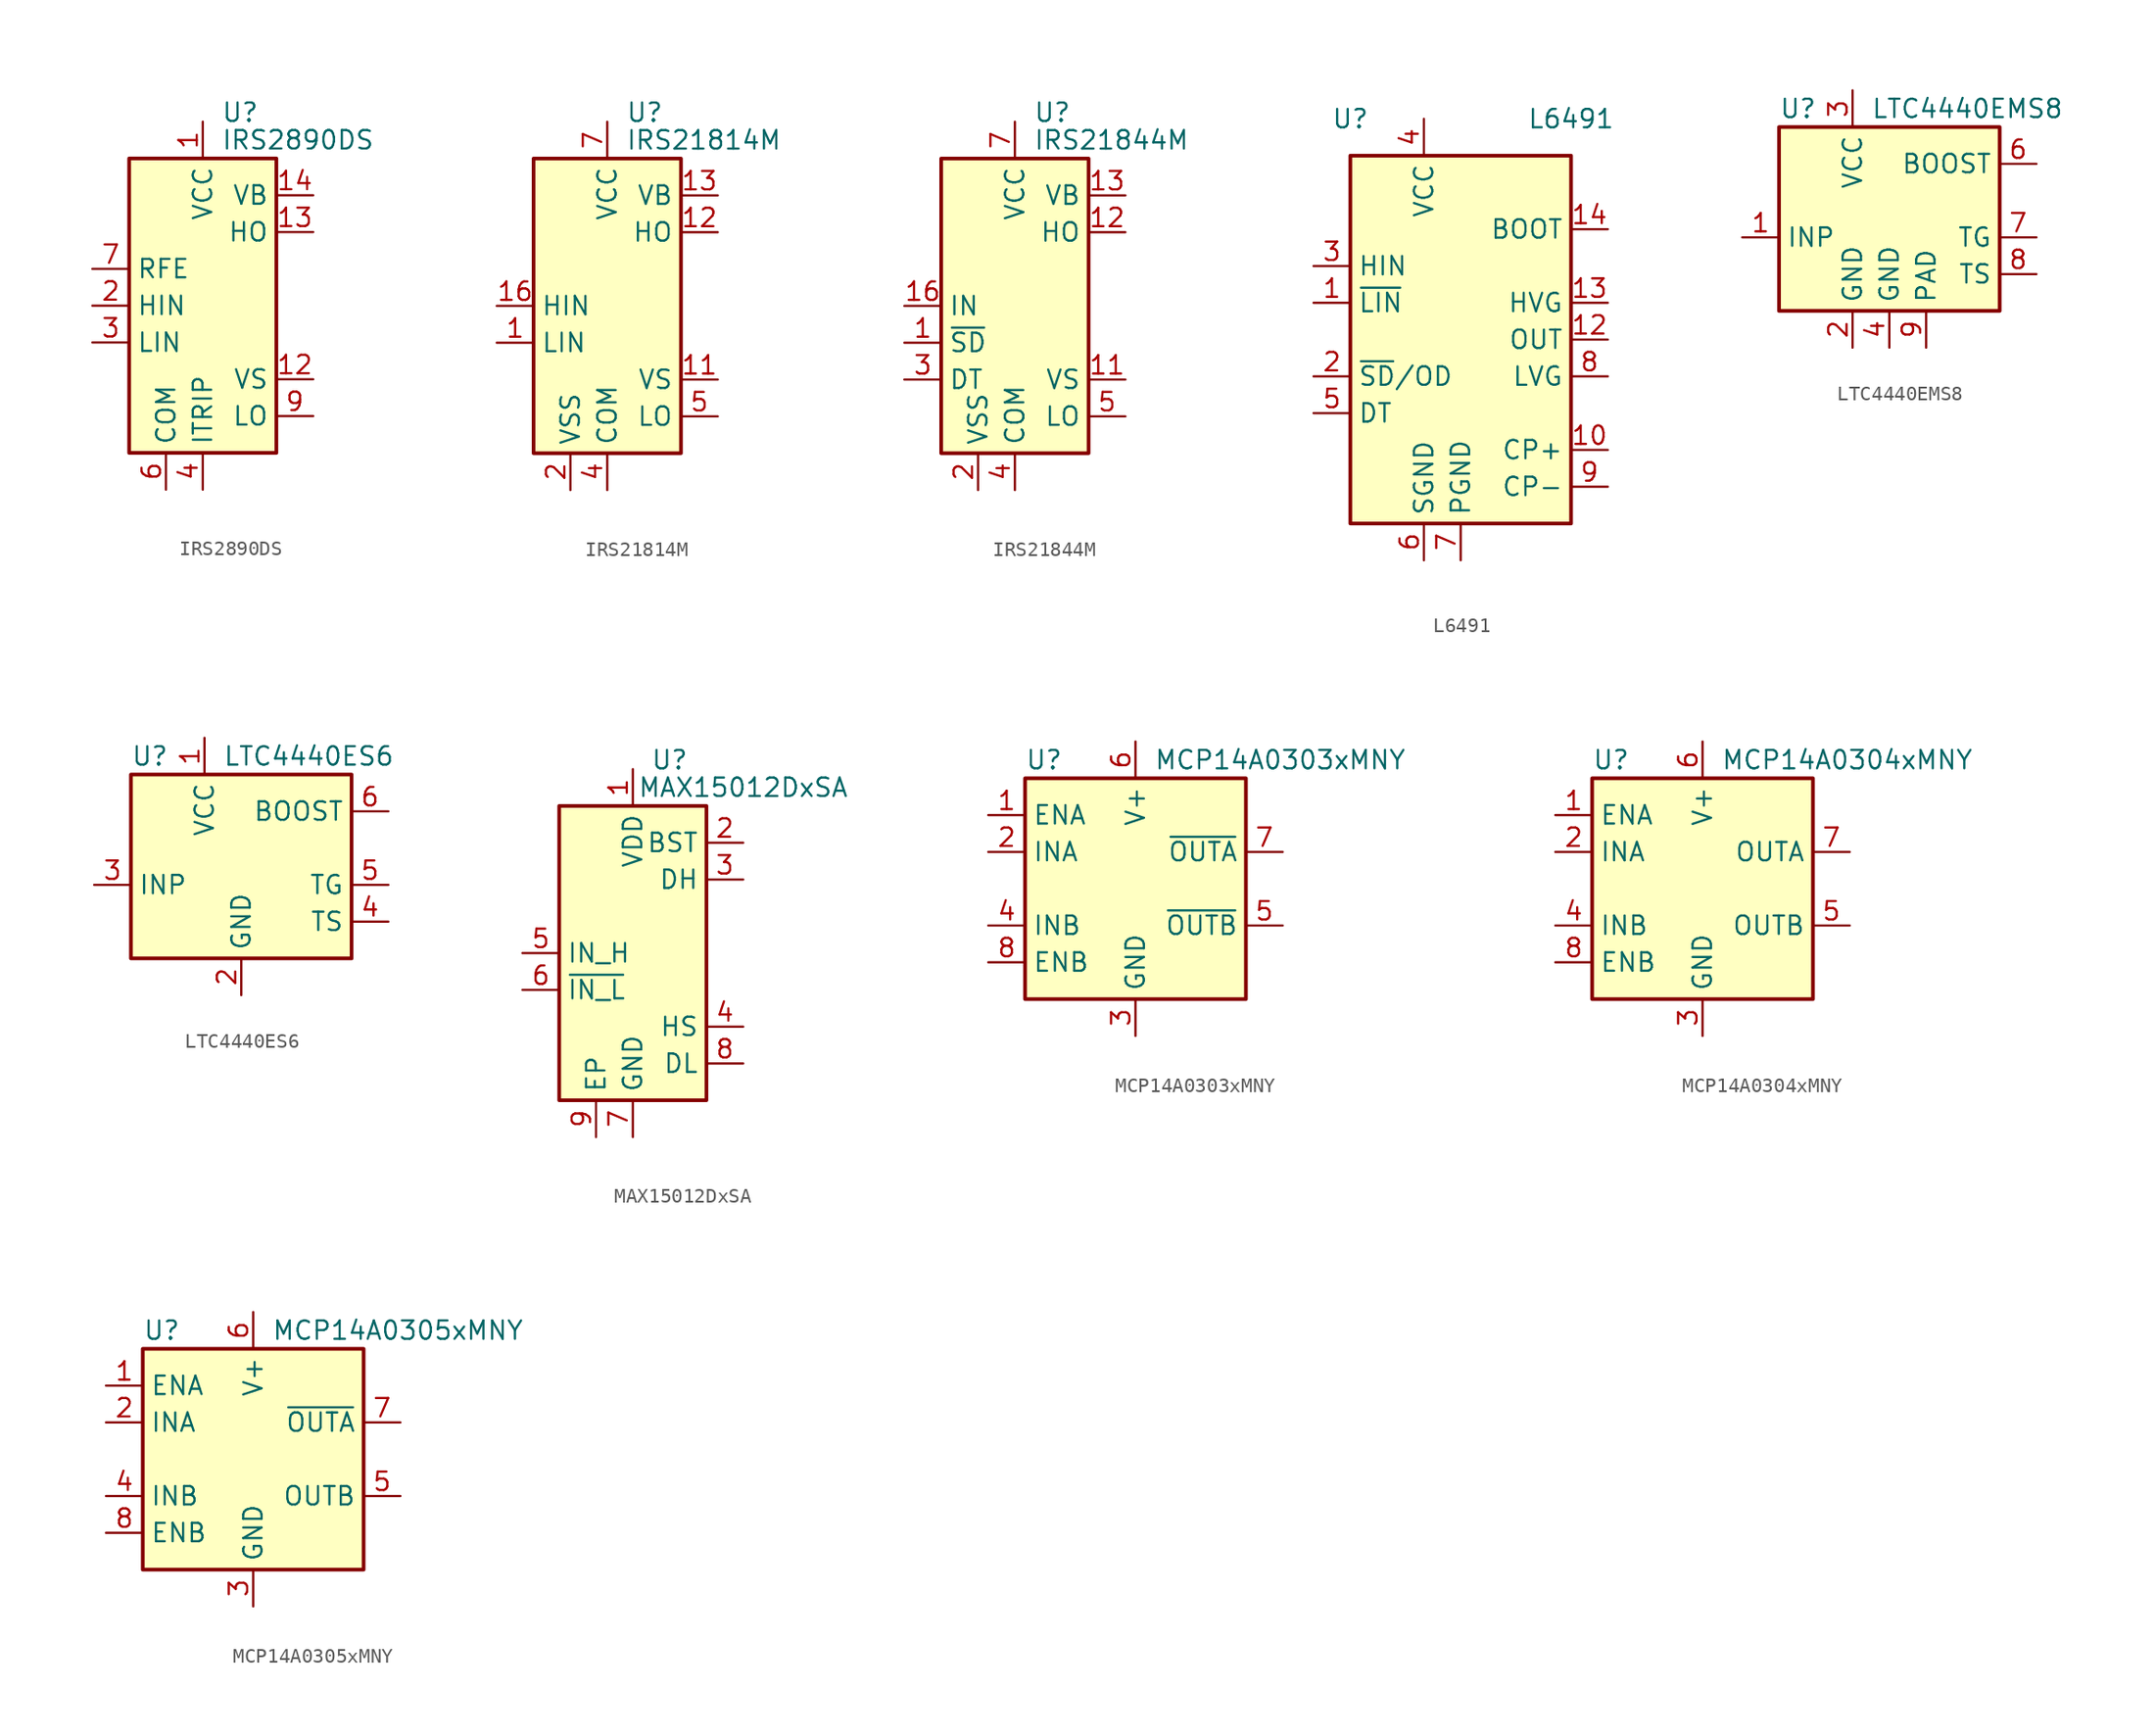
<source format=kicad_sym>
(kicad_symbol_lib
  (version 20201005)
  (generator kicad_symbol_editor)
  (symbol "Driver_FET:IRS2890DS"
    (property "Reference" "U"
      (at 1.27 13.335 0)
      (effects (font (size 1.27 1.27)) (justify left)))
    (property "Value" "IRS2890DS"
      (at 1.27 11.43 0)
      (effects (font (size 1.27 1.27)) (justify left)))
    (symbol "IRS2890DS_0_1"
      (rectangle (start -5.08 -10.16) (end 5.08 10.16) (stroke (width 0.254)) (fill (type background))))
    (symbol "IRS2890DS_1_1"
      (pin power_in line (at 0 12.7 270) (length 2.54) (name "VCC" (effects (font (size 1.27 1.27)))) (number "1" (effects (font (size 1.27 1.27)))))
      (pin no_connect line (at 5.08 2.54 180) (length 2.54) hide (name "NC" (effects (font (size 1.27 1.27)))) (number "10" (effects (font (size 1.27 1.27)))))
      (pin no_connect line (at 5.08 0 180) (length 2.54) hide (name "NC" (effects (font (size 1.27 1.27)))) (number "11" (effects (font (size 1.27 1.27)))))
      (pin passive line (at 7.62 -5.08 180) (length 2.54) (name "VS" (effects (font (size 1.27 1.27)))) (number "12" (effects (font (size 1.27 1.27)))))
      (pin output line (at 7.62 5.08 180) (length 2.54) (name "HO" (effects (font (size 1.27 1.27)))) (number "13" (effects (font (size 1.27 1.27)))))
      (pin passive line (at 7.62 7.62 180) (length 2.54) (name "VB" (effects (font (size 1.27 1.27)))) (number "14" (effects (font (size 1.27 1.27)))))
      (pin input line (at -7.62 0 0) (length 2.54) (name "HIN" (effects (font (size 1.27 1.27)))) (number "2" (effects (font (size 1.27 1.27)))))
      (pin input line (at -7.62 -2.54 0) (length 2.54) (name "LIN" (effects (font (size 1.27 1.27)))) (number "3" (effects (font (size 1.27 1.27)))))
      (pin passive line (at 0 -12.7 90) (length 2.54) (name "ITRIP" (effects (font (size 1.27 1.27)))) (number "4" (effects (font (size 1.27 1.27)))))
      (pin no_connect line (at -5.08 7.62 0) (length 2.54) hide (name "NC" (effects (font (size 1.27 1.27)))) (number "5" (effects (font (size 1.27 1.27)))))
      (pin power_in line (at -2.54 -12.7 90) (length 2.54) (name "COM" (effects (font (size 1.27 1.27)))) (number "6" (effects (font (size 1.27 1.27)))))
      (pin open_collector line (at -7.62 2.54 0) (length 2.54) (name "RFE" (effects (font (size 1.27 1.27)))) (number "7" (effects (font (size 1.27 1.27)))))
      (pin no_connect line (at -5.08 5.08 0) (length 2.54) hide (name "NC" (effects (font (size 1.27 1.27)))) (number "8" (effects (font (size 1.27 1.27)))))
      (pin output line (at 7.62 -7.62 180) (length 2.54) (name "LO" (effects (font (size 1.27 1.27)))) (number "9" (effects (font (size 1.27 1.27)))))))
  (symbol "Driver_FET:IRS21814M"
    (property "Reference" "U"
      (at 1.27 13.335 0)
      (effects (font (size 1.27 1.27)) (justify left)))
    (property "Value" "IRS21814M"
      (at 1.27 11.43 0)
      (effects (font (size 1.27 1.27)) (justify left)))
    (symbol "IRS21814M_0_1"
      (rectangle (start -5.08 -10.16) (end 5.08 10.16) (stroke (width 0.254)) (fill (type background))))
    (symbol "IRS21814M_1_1"
      (pin input line (at -7.62 -2.54 0) (length 2.54) (name "LIN" (effects (font (size 1.27 1.27)))) (number "1" (effects (font (size 1.27 1.27)))))
      (pin passive line (at 7.62 -5.08 180) (length 2.54) (name "VS" (effects (font (size 1.27 1.27)))) (number "11" (effects (font (size 1.27 1.27)))))
      (pin output line (at 7.62 5.08 180) (length 2.54) (name "HO" (effects (font (size 1.27 1.27)))) (number "12" (effects (font (size 1.27 1.27)))))
      (pin passive line (at 7.62 7.62 180) (length 2.54) (name "VB" (effects (font (size 1.27 1.27)))) (number "13" (effects (font (size 1.27 1.27)))))
      (pin no_connect line (at 5.08 0 180) (length 2.54) hide (name "NC" (effects (font (size 1.27 1.27)))) (number "14" (effects (font (size 1.27 1.27)))))
      (pin input line (at -7.62 0 0) (length 2.54) (name "HIN" (effects (font (size 1.27 1.27)))) (number "16" (effects (font (size 1.27 1.27)))))
      (pin passive line (at 0 -12.7 90) (length 2.54) hide (name "COM" (effects (font (size 1.27 1.27)))) (number "17" (effects (font (size 1.27 1.27)))))
      (pin power_in line (at -2.54 -12.7 90) (length 2.54) (name "VSS" (effects (font (size 1.27 1.27)))) (number "2" (effects (font (size 1.27 1.27)))))
      (pin no_connect line (at -5.08 7.62 0) (length 2.54) hide (name "NC" (effects (font (size 1.27 1.27)))) (number "3" (effects (font (size 1.27 1.27)))))
      (pin power_in line (at 0 -12.7 90) (length 2.54) (name "COM" (effects (font (size 1.27 1.27)))) (number "4" (effects (font (size 1.27 1.27)))))
      (pin output line (at 7.62 -7.62 180) (length 2.54) (name "LO" (effects (font (size 1.27 1.27)))) (number "5" (effects (font (size 1.27 1.27)))))
      (pin no_connect line (at -5.08 5.08 0) (length 2.54) hide (name "NC" (effects (font (size 1.27 1.27)))) (number "6" (effects (font (size 1.27 1.27)))))
      (pin power_in line (at 0 12.7 270) (length 2.54) (name "VCC" (effects (font (size 1.27 1.27)))) (number "7" (effects (font (size 1.27 1.27)))))
      (pin no_connect line (at -5.08 2.54 0) (length 2.54) hide (name "NC" (effects (font (size 1.27 1.27)))) (number "8" (effects (font (size 1.27 1.27)))))
      (pin no_connect line (at 5.08 2.54 180) (length 2.54) hide (name "NC" (effects (font (size 1.27 1.27)))) (number "9" (effects (font (size 1.27 1.27)))))))
  (symbol "Driver_FET:IRS21844M"
    (property "Reference" "U"
      (at 1.27 13.335 0)
      (effects (font (size 1.27 1.27)) (justify left)))
    (property "Value" "IRS21844M"
      (at 1.27 11.43 0)
      (effects (font (size 1.27 1.27)) (justify left)))
    (symbol "IRS21844M_0_1"
      (rectangle (start -5.08 -10.16) (end 5.08 10.16) (stroke (width 0.254)) (fill (type background))))
    (symbol "IRS21844M_1_1"
      (pin input line (at -7.62 -2.54 0) (length 2.54) (name "~SD" (effects (font (size 1.27 1.27)))) (number "1" (effects (font (size 1.27 1.27)))))
      (pin passive line (at 7.62 -5.08 180) (length 2.54) (name "VS" (effects (font (size 1.27 1.27)))) (number "11" (effects (font (size 1.27 1.27)))))
      (pin output line (at 7.62 5.08 180) (length 2.54) (name "HO" (effects (font (size 1.27 1.27)))) (number "12" (effects (font (size 1.27 1.27)))))
      (pin passive line (at 7.62 7.62 180) (length 2.54) (name "VB" (effects (font (size 1.27 1.27)))) (number "13" (effects (font (size 1.27 1.27)))))
      (pin no_connect line (at 5.08 2.54 180) (length 2.54) hide (name "NC" (effects (font (size 1.27 1.27)))) (number "14" (effects (font (size 1.27 1.27)))))
      (pin input line (at -7.62 0 0) (length 2.54) (name "IN" (effects (font (size 1.27 1.27)))) (number "16" (effects (font (size 1.27 1.27)))))
      (pin passive line (at 0 -12.7 90) (length 2.54) hide (name "COM" (effects (font (size 1.27 1.27)))) (number "17" (effects (font (size 1.27 1.27)))))
      (pin power_in line (at -2.54 -12.7 90) (length 2.54) (name "VSS" (effects (font (size 1.27 1.27)))) (number "2" (effects (font (size 1.27 1.27)))))
      (pin input line (at -7.62 -5.08 0) (length 2.54) (name "DT" (effects (font (size 1.27 1.27)))) (number "3" (effects (font (size 1.27 1.27)))))
      (pin power_in line (at 0 -12.7 90) (length 2.54) (name "COM" (effects (font (size 1.27 1.27)))) (number "4" (effects (font (size 1.27 1.27)))))
      (pin output line (at 7.62 -7.62 180) (length 2.54) (name "LO" (effects (font (size 1.27 1.27)))) (number "5" (effects (font (size 1.27 1.27)))))
      (pin no_connect line (at -5.08 7.62 0) (length 2.54) hide (name "NC" (effects (font (size 1.27 1.27)))) (number "6" (effects (font (size 1.27 1.27)))))
      (pin power_in line (at 0 12.7 270) (length 2.54) (name "VCC" (effects (font (size 1.27 1.27)))) (number "7" (effects (font (size 1.27 1.27)))))
      (pin no_connect line (at -5.08 5.08 0) (length 2.54) hide (name "NC" (effects (font (size 1.27 1.27)))) (number "8" (effects (font (size 1.27 1.27)))))
      (pin no_connect line (at -5.08 2.54 0) (length 2.54) hide (name "NC" (effects (font (size 1.27 1.27)))) (number "9" (effects (font (size 1.27 1.27)))))))
  (symbol "Driver_FET:L6491"
    (property "Reference" "U"
      (at -7.62 15.24 0)
      (effects (font (size 1.27 1.27))))
    (property "Value" "L6491"
      (at 7.62 15.24 0)
      (effects (font (size 1.27 1.27))))
    (symbol "L6491_0_1"
      (rectangle (start -7.62 -12.7) (end 7.62 12.7) (stroke (width 0.254)) (fill (type background))))
    (symbol "L6491_1_1"
      (pin input line (at -10.16 2.54 0) (length 2.54) (name "~LIN" (effects (font (size 1.27 1.27)))) (number "1" (effects (font (size 1.27 1.27)))))
      (pin input line (at 10.16 -7.62 180) (length 2.54) (name "CP+" (effects (font (size 1.27 1.27)))) (number "10" (effects (font (size 1.27 1.27)))))
      (pin no_connect line (at 7.62 -5.08 180) (length 2.54) hide (name "NC" (effects (font (size 1.27 1.27)))) (number "11" (effects (font (size 1.27 1.27)))))
      (pin input line (at 10.16 0 180) (length 2.54) (name "OUT" (effects (font (size 1.27 1.27)))) (number "12" (effects (font (size 1.27 1.27)))))
      (pin output line (at 10.16 2.54 180) (length 2.54) (name "HVG" (effects (font (size 1.27 1.27)))) (number "13" (effects (font (size 1.27 1.27)))))
      (pin passive line (at 10.16 7.62 180) (length 2.54) (name "BOOT" (effects (font (size 1.27 1.27)))) (number "14" (effects (font (size 1.27 1.27)))))
      (pin input line (at -10.16 -2.54 0) (length 2.54) (name "~SD~/OD" (effects (font (size 1.27 1.27)))) (number "2" (effects (font (size 1.27 1.27)))))
      (pin input line (at -10.16 5.08 0) (length 2.54) (name "HIN" (effects (font (size 1.27 1.27)))) (number "3" (effects (font (size 1.27 1.27)))))
      (pin power_in line (at -2.54 15.24 270) (length 2.54) (name "VCC" (effects (font (size 1.27 1.27)))) (number "4" (effects (font (size 1.27 1.27)))))
      (pin input line (at -10.16 -5.08 0) (length 2.54) (name "DT" (effects (font (size 1.27 1.27)))) (number "5" (effects (font (size 1.27 1.27)))))
      (pin power_in line (at -2.54 -15.24 90) (length 2.54) (name "SGND" (effects (font (size 1.27 1.27)))) (number "6" (effects (font (size 1.27 1.27)))))
      (pin power_in line (at 0 -15.24 90) (length 2.54) (name "PGND" (effects (font (size 1.27 1.27)))) (number "7" (effects (font (size 1.27 1.27)))))
      (pin output line (at 10.16 -2.54 180) (length 2.54) (name "LVG" (effects (font (size 1.27 1.27)))) (number "8" (effects (font (size 1.27 1.27)))))
      (pin input line (at 10.16 -10.16 180) (length 2.54) (name "CP-" (effects (font (size 1.27 1.27)))) (number "9" (effects (font (size 1.27 1.27)))))))
  (symbol "Driver_FET:LTC4440EMS8"
    (property "Reference" "U"
      (at -7.62 8.89 0)
      (effects (font (size 1.27 1.27)) (justify left)))
    (property "Value" "LTC4440EMS8"
      (at -1.27 8.89 0)
      (effects (font (size 1.27 1.27)) (justify left)))
    (symbol "LTC4440EMS8_0_1"
      (rectangle (start -7.62 7.62) (end 7.62 -5.08) (stroke (width 0.254)) (fill (type background))))
    (symbol "LTC4440EMS8_1_1"
      (pin input line (at -10.16 0 0) (length 2.54) (name "INP" (effects (font (size 1.27 1.27)))) (number "1" (effects (font (size 1.27 1.27)))))
      (pin power_in line (at -2.54 -7.62 90) (length 2.54) (name "GND" (effects (font (size 1.27 1.27)))) (number "2" (effects (font (size 1.27 1.27)))))
      (pin power_in line (at -2.54 10.16 270) (length 2.54) (name "VCC" (effects (font (size 1.27 1.27)))) (number "3" (effects (font (size 1.27 1.27)))))
      (pin power_in line (at 0 -7.62 90) (length 2.54) (name "GND" (effects (font (size 1.27 1.27)))) (number "4" (effects (font (size 1.27 1.27)))))
      (pin no_connect line (at -5.08 -5.08 90) (length 2.54) hide (name "NC" (effects (font (size 1.27 1.27)))) (number "5" (effects (font (size 1.27 1.27)))))
      (pin input line (at 10.16 5.08 180) (length 2.54) (name "BOOST" (effects (font (size 1.27 1.27)))) (number "6" (effects (font (size 1.27 1.27)))))
      (pin output line (at 10.16 0 180) (length 2.54) (name "TG" (effects (font (size 1.27 1.27)))) (number "7" (effects (font (size 1.27 1.27)))))
      (pin input line (at 10.16 -2.54 180) (length 2.54) (name "TS" (effects (font (size 1.27 1.27)))) (number "8" (effects (font (size 1.27 1.27)))))
      (pin power_in line (at 2.54 -7.62 90) (length 2.54) (name "PAD" (effects (font (size 1.27 1.27)))) (number "9" (effects (font (size 1.27 1.27)))))))
  (symbol "Driver_FET:LTC4440ES6"
    (property "Reference" "U"
      (at -7.62 8.89 0)
      (effects (font (size 1.27 1.27)) (justify left)))
    (property "Value" "LTC4440ES6"
      (at -1.27 8.89 0)
      (effects (font (size 1.27 1.27)) (justify left)))
    (symbol "LTC4440ES6_0_1"
      (rectangle (start -7.62 7.62) (end 7.62 -5.08) (stroke (width 0.254)) (fill (type background))))
    (symbol "LTC4440ES6_1_1"
      (pin power_in line (at -2.54 10.16 270) (length 2.54) (name "VCC" (effects (font (size 1.27 1.27)))) (number "1" (effects (font (size 1.27 1.27)))))
      (pin power_in line (at 0 -7.62 90) (length 2.54) (name "GND" (effects (font (size 1.27 1.27)))) (number "2" (effects (font (size 1.27 1.27)))))
      (pin input line (at -10.16 0 0) (length 2.54) (name "INP" (effects (font (size 1.27 1.27)))) (number "3" (effects (font (size 1.27 1.27)))))
      (pin input line (at 10.16 -2.54 180) (length 2.54) (name "TS" (effects (font (size 1.27 1.27)))) (number "4" (effects (font (size 1.27 1.27)))))
      (pin output line (at 10.16 0 180) (length 2.54) (name "TG" (effects (font (size 1.27 1.27)))) (number "5" (effects (font (size 1.27 1.27)))))
      (pin input line (at 10.16 5.08 180) (length 2.54) (name "BOOST" (effects (font (size 1.27 1.27)))) (number "6" (effects (font (size 1.27 1.27)))))))
  (symbol "Driver_FET:MAX15012DxSA"
    (property "Reference" "U"
      (at 2.54 13.335 0)
      (effects (font (size 1.27 1.27))))
    (property "Value" "MAX15012DxSA"
      (at 7.62 11.43 0)
      (effects (font (size 1.27 1.27))))
    (symbol "MAX15012DxSA_0_1"
      (rectangle (start -5.08 -10.16) (end 5.08 10.16) (stroke (width 0.254)) (fill (type background))))
    (symbol "MAX15012DxSA_1_1"
      (pin power_in line (at 0 12.7 270) (length 2.54) (name "VDD" (effects (font (size 1.27 1.27)))) (number "1" (effects (font (size 1.27 1.27)))))
      (pin power_in line (at 7.62 7.62 180) (length 2.54) (name "BST" (effects (font (size 1.27 1.27)))) (number "2" (effects (font (size 1.27 1.27)))))
      (pin output line (at 7.62 5.08 180) (length 2.54) (name "DH" (effects (font (size 1.27 1.27)))) (number "3" (effects (font (size 1.27 1.27)))))
      (pin passive line (at 7.62 -5.08 180) (length 2.54) (name "HS" (effects (font (size 1.27 1.27)))) (number "4" (effects (font (size 1.27 1.27)))))
      (pin input line (at -7.62 0 0) (length 2.54) (name "IN_H" (effects (font (size 1.27 1.27)))) (number "5" (effects (font (size 1.27 1.27)))))
      (pin input line (at -7.62 -2.54 0) (length 2.54) (name "~IN_L" (effects (font (size 1.27 1.27)))) (number "6" (effects (font (size 1.27 1.27)))))
      (pin power_in line (at 0 -12.7 90) (length 2.54) (name "GND" (effects (font (size 1.27 1.27)))) (number "7" (effects (font (size 1.27 1.27)))))
      (pin output line (at 7.62 -7.62 180) (length 2.54) (name "DL" (effects (font (size 1.27 1.27)))) (number "8" (effects (font (size 1.27 1.27)))))
      (pin output line (at -2.54 -12.7 90) (length 2.54) (name "EP" (effects (font (size 1.27 1.27)))) (number "9" (effects (font (size 1.27 1.27)))))))
  (symbol "Driver_FET:MCP14A0303xMNY"
    (property "Reference" "U"
      (at -7.62 8.89 0)
      (effects (font (size 1.27 1.27)) (justify left)))
    (property "Value" "MCP14A0303xMNY"
      (at 1.27 8.89 0)
      (effects (font (size 1.27 1.27)) (justify left)))
    (symbol "MCP14A0303xMNY_0_1"
      (rectangle (start -7.62 -7.62) (end 7.62 7.62) (stroke (width 0.254)) (fill (type background))))
    (symbol "MCP14A0303xMNY_1_1"
      (pin input line (at -10.16 5.08 0) (length 2.54) (name "ENA" (effects (font (size 1.27 1.27)))) (number "1" (effects (font (size 1.27 1.27)))))
      (pin input line (at -10.16 2.54 0) (length 2.54) (name "INA" (effects (font (size 1.27 1.27)))) (number "2" (effects (font (size 1.27 1.27)))))
      (pin power_in line (at 0 -10.16 90) (length 2.54) (name "GND" (effects (font (size 1.27 1.27)))) (number "3" (effects (font (size 1.27 1.27)))))
      (pin input line (at -10.16 -2.54 0) (length 2.54) (name "INB" (effects (font (size 1.27 1.27)))) (number "4" (effects (font (size 1.27 1.27)))))
      (pin output line (at 10.16 -2.54 180) (length 2.54) (name "~OUTB" (effects (font (size 1.27 1.27)))) (number "5" (effects (font (size 1.27 1.27)))))
      (pin power_in line (at 0 10.16 270) (length 2.54) (name "V+" (effects (font (size 1.27 1.27)))) (number "6" (effects (font (size 1.27 1.27)))))
      (pin output line (at 10.16 2.54 180) (length 2.54) (name "~OUTA" (effects (font (size 1.27 1.27)))) (number "7" (effects (font (size 1.27 1.27)))))
      (pin input line (at -10.16 -5.08 0) (length 2.54) (name "ENB" (effects (font (size 1.27 1.27)))) (number "8" (effects (font (size 1.27 1.27)))))
      (pin passive line (at 0 -10.16 90) (length 2.54) hide (name "GND" (effects (font (size 1.27 1.27)))) (number "9" (effects (font (size 1.27 1.27)))))))
  (symbol "Driver_FET:MCP14A0304xMNY"
    (property "Reference" "U"
      (at -7.62 8.89 0)
      (effects (font (size 1.27 1.27)) (justify left)))
    (property "Value" "MCP14A0304xMNY"
      (at 1.27 8.89 0)
      (effects (font (size 1.27 1.27)) (justify left)))
    (symbol "MCP14A0304xMNY_0_1"
      (rectangle (start -7.62 -7.62) (end 7.62 7.62) (stroke (width 0.254)) (fill (type background))))
    (symbol "MCP14A0304xMNY_1_1"
      (pin input line (at -10.16 5.08 0) (length 2.54) (name "ENA" (effects (font (size 1.27 1.27)))) (number "1" (effects (font (size 1.27 1.27)))))
      (pin input line (at -10.16 2.54 0) (length 2.54) (name "INA" (effects (font (size 1.27 1.27)))) (number "2" (effects (font (size 1.27 1.27)))))
      (pin power_in line (at 0 -10.16 90) (length 2.54) (name "GND" (effects (font (size 1.27 1.27)))) (number "3" (effects (font (size 1.27 1.27)))))
      (pin input line (at -10.16 -2.54 0) (length 2.54) (name "INB" (effects (font (size 1.27 1.27)))) (number "4" (effects (font (size 1.27 1.27)))))
      (pin output line (at 10.16 -2.54 180) (length 2.54) (name "OUTB" (effects (font (size 1.27 1.27)))) (number "5" (effects (font (size 1.27 1.27)))))
      (pin power_in line (at 0 10.16 270) (length 2.54) (name "V+" (effects (font (size 1.27 1.27)))) (number "6" (effects (font (size 1.27 1.27)))))
      (pin output line (at 10.16 2.54 180) (length 2.54) (name "OUTA" (effects (font (size 1.27 1.27)))) (number "7" (effects (font (size 1.27 1.27)))))
      (pin input line (at -10.16 -5.08 0) (length 2.54) (name "ENB" (effects (font (size 1.27 1.27)))) (number "8" (effects (font (size 1.27 1.27)))))
      (pin passive line (at 0 -10.16 90) (length 2.54) hide (name "GND" (effects (font (size 1.27 1.27)))) (number "9" (effects (font (size 1.27 1.27)))))))
  (symbol "Driver_FET:MCP14A0305xMNY"
    (property "Reference" "U"
      (at -7.62 8.89 0)
      (effects (font (size 1.27 1.27)) (justify left)))
    (property "Value" "MCP14A0305xMNY"
      (at 1.27 8.89 0)
      (effects (font (size 1.27 1.27)) (justify left)))
    (symbol "MCP14A0305xMNY_0_1"
      (rectangle (start -7.62 -7.62) (end 7.62 7.62) (stroke (width 0.254)) (fill (type background))))
    (symbol "MCP14A0305xMNY_1_1"
      (pin input line (at -10.16 5.08 0) (length 2.54) (name "ENA" (effects (font (size 1.27 1.27)))) (number "1" (effects (font (size 1.27 1.27)))))
      (pin input line (at -10.16 2.54 0) (length 2.54) (name "INA" (effects (font (size 1.27 1.27)))) (number "2" (effects (font (size 1.27 1.27)))))
      (pin power_in line (at 0 -10.16 90) (length 2.54) (name "GND" (effects (font (size 1.27 1.27)))) (number "3" (effects (font (size 1.27 1.27)))))
      (pin input line (at -10.16 -2.54 0) (length 2.54) (name "INB" (effects (font (size 1.27 1.27)))) (number "4" (effects (font (size 1.27 1.27)))))
      (pin output line (at 10.16 -2.54 180) (length 2.54) (name "OUTB" (effects (font (size 1.27 1.27)))) (number "5" (effects (font (size 1.27 1.27)))))
      (pin power_in line (at 0 10.16 270) (length 2.54) (name "V+" (effects (font (size 1.27 1.27)))) (number "6" (effects (font (size 1.27 1.27)))))
      (pin output line (at 10.16 2.54 180) (length 2.54) (name "~OUTA" (effects (font (size 1.27 1.27)))) (number "7" (effects (font (size 1.27 1.27)))))
      (pin input line (at -10.16 -5.08 0) (length 2.54) (name "ENB" (effects (font (size 1.27 1.27)))) (number "8" (effects (font (size 1.27 1.27)))))
      (pin passive line (at 0 -10.16 90) (length 2.54) hide (name "GND" (effects (font (size 1.27 1.27)))) (number "9" (effects (font (size 1.27 1.27))))))))
</source>
